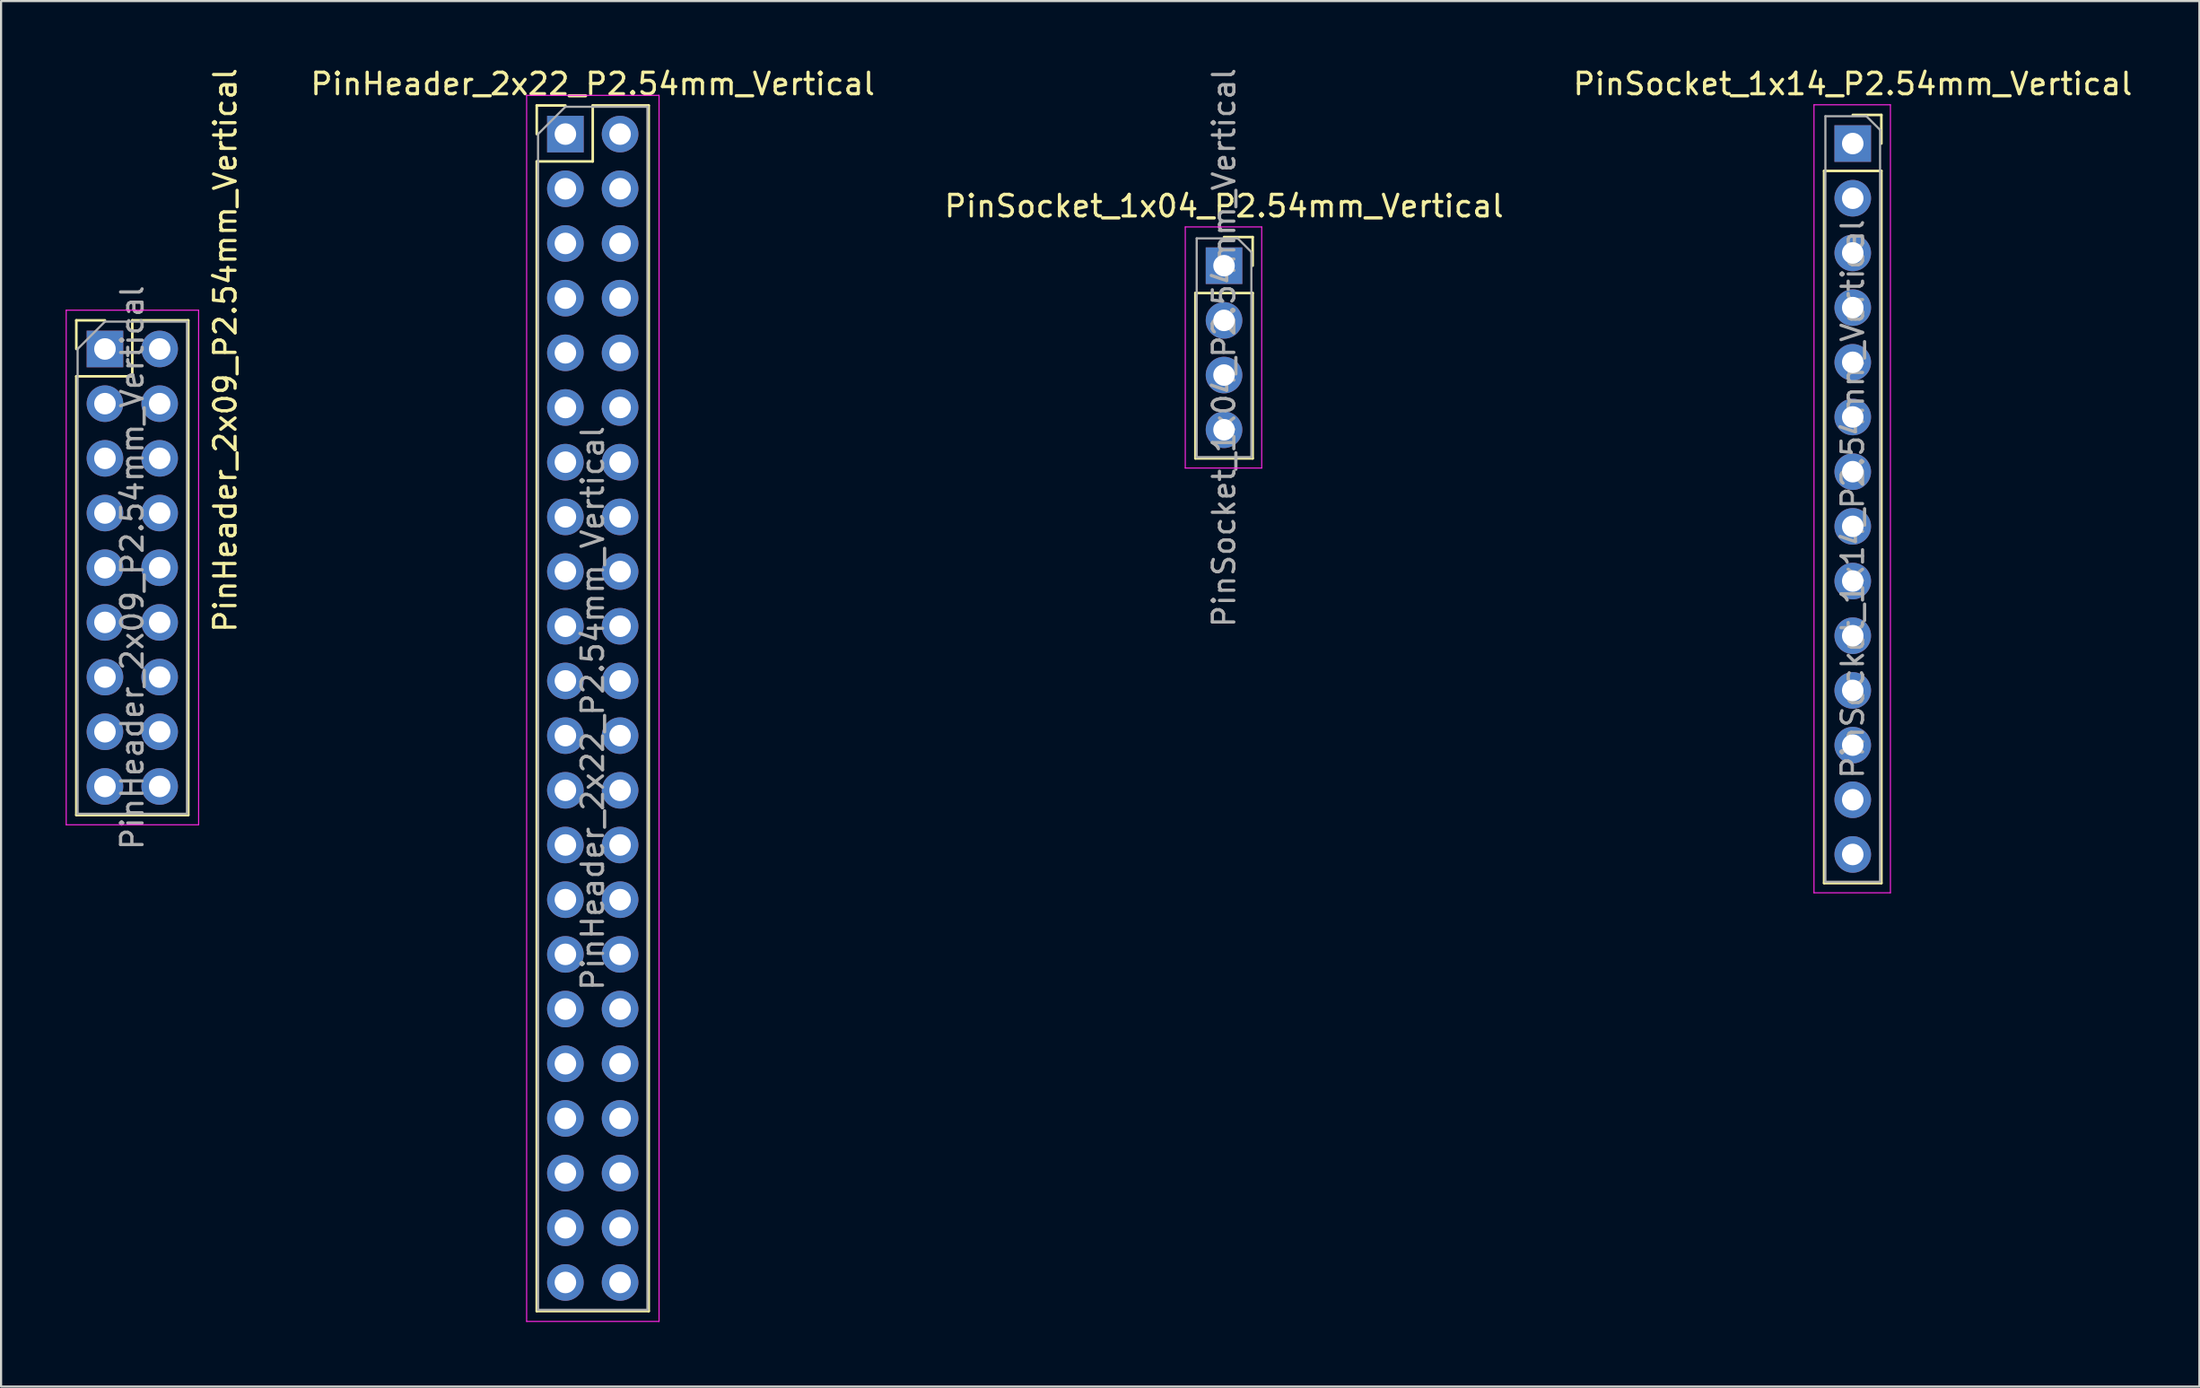
<source format=kicad_pcb>
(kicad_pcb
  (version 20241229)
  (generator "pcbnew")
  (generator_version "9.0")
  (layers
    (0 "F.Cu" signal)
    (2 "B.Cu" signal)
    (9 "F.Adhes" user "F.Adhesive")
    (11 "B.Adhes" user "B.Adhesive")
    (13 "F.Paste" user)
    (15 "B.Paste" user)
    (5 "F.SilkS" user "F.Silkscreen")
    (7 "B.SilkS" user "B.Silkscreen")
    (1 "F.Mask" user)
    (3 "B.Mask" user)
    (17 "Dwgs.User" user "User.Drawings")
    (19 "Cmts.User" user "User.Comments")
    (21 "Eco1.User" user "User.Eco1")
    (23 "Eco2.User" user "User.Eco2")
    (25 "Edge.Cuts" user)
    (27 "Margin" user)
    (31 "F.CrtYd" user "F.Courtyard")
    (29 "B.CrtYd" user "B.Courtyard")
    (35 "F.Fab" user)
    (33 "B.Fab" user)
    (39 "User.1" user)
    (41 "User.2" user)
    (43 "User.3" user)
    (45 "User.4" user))
  (footprint "PinHeader_2x22_P2.54mm_Vertical"
    (layer "F.Cu")
    (at 23.211 3.178)
    (property "Reference" "PinHeader_2x22_P2.54mm_Vertical" (at 1.27 -2.33 180) (layer "F.SilkS") (effects (font (size 1 1) (thickness 0.15))))
    (attr through_hole)
    (fp_line (start -1.33 -1.33) (end 0 -1.33) (stroke (width 0.12) (type solid)) (layer "F.SilkS"))
    (fp_line (start -1.33 0) (end -1.33 -1.33) (stroke (width 0.12) (type solid)) (layer "F.SilkS"))
    (fp_line (start -1.33 1.27) (end -1.33 54.67) (stroke (width 0.12) (type solid)) (layer "F.SilkS"))
    (fp_line (start -1.33 1.27) (end 1.27 1.27) (stroke (width 0.12) (type solid)) (layer "F.SilkS"))
    (fp_line (start -1.33 54.67) (end 3.87 54.67) (stroke (width 0.12) (type solid)) (layer "F.SilkS"))
    (fp_line (start 1.27 -1.33) (end 3.87 -1.33) (stroke (width 0.12) (type solid)) (layer "F.SilkS"))
    (fp_line (start 1.27 1.27) (end 1.27 -1.33) (stroke (width 0.12) (type solid)) (layer "F.SilkS"))
    (fp_line (start 3.87 -1.33) (end 3.87 54.67) (stroke (width 0.12) (type solid)) (layer "F.SilkS"))
    (fp_line (start -1.8 -1.8) (end -1.8 55.15) (stroke (width 0.05) (type solid)) (layer "F.CrtYd"))
    (fp_line (start -1.8 55.15) (end 4.35 55.15) (stroke (width 0.05) (type solid)) (layer "F.CrtYd"))
    (fp_line (start 4.35 -1.8) (end -1.8 -1.8) (stroke (width 0.05) (type solid)) (layer "F.CrtYd"))
    (fp_line (start 4.35 55.15) (end 4.35 -1.8) (stroke (width 0.05) (type solid)) (layer "F.CrtYd"))
    (fp_line (start -1.27 0) (end 0 -1.27) (stroke (width 0.1) (type solid)) (layer "F.Fab"))
    (fp_line (start -1.27 54.61) (end -1.27 0) (stroke (width 0.1) (type solid)) (layer "F.Fab"))
    (fp_line (start 0 -1.27) (end 3.81 -1.27) (stroke (width 0.1) (type solid)) (layer "F.Fab"))
    (fp_line (start 3.81 -1.27) (end 3.81 54.61) (stroke (width 0.1) (type solid)) (layer "F.Fab"))
    (fp_line (start 3.81 54.61) (end -1.27 54.61) (stroke (width 0.1) (type solid)) (layer "F.Fab"))
    (fp_text user "${REFERENCE}" (at 1.27 26.67 90) (layer "F.Fab") (effects (font (size 1 1) (thickness 0.15))))
    (pad "1" thru_hole rect (at 0 0) (size 1.7 1.7) (drill 1) (layers "*.Cu" "*.Mask"))
    (pad "2" thru_hole oval (at 2.54 0) (size 1.7 1.7) (drill 1) (layers "*.Cu" "*.Mask"))
    (pad "3" thru_hole oval (at 0 2.54) (size 1.7 1.7) (drill 1) (layers "*.Cu" "*.Mask"))
    (pad "4" thru_hole oval (at 2.54 2.54) (size 1.7 1.7) (drill 1) (layers "*.Cu" "*.Mask"))
    (pad "5" thru_hole oval (at 0 5.08) (size 1.7 1.7) (drill 1) (layers "*.Cu" "*.Mask"))
    (pad "6" thru_hole oval (at 2.54 5.08) (size 1.7 1.7) (drill 1) (layers "*.Cu" "*.Mask"))
    (pad "7" thru_hole oval (at 0 7.62) (size 1.7 1.7) (drill 1) (layers "*.Cu" "*.Mask"))
    (pad "8" thru_hole oval (at 2.54 7.62) (size 1.7 1.7) (drill 1) (layers "*.Cu" "*.Mask"))
    (pad "9" thru_hole oval (at 0 10.16) (size 1.7 1.7) (drill 1) (layers "*.Cu" "*.Mask"))
    (pad "10" thru_hole oval (at 2.54 10.16) (size 1.7 1.7) (drill 1) (layers "*.Cu" "*.Mask"))
    (pad "11" thru_hole oval (at 0 12.7) (size 1.7 1.7) (drill 1) (layers "*.Cu" "*.Mask"))
    (pad "12" thru_hole oval (at 2.54 12.7) (size 1.7 1.7) (drill 1) (layers "*.Cu" "*.Mask"))
    (pad "13" thru_hole oval (at 0 15.24) (size 1.7 1.7) (drill 1) (layers "*.Cu" "*.Mask"))
    (pad "14" thru_hole oval (at 2.54 15.24) (size 1.7 1.7) (drill 1) (layers "*.Cu" "*.Mask"))
    (pad "15" thru_hole oval (at 0 17.78) (size 1.7 1.7) (drill 1) (layers "*.Cu" "*.Mask"))
    (pad "16" thru_hole oval (at 2.54 17.78) (size 1.7 1.7) (drill 1) (layers "*.Cu" "*.Mask"))
    (pad "17" thru_hole oval (at 0 20.32) (size 1.7 1.7) (drill 1) (layers "*.Cu" "*.Mask"))
    (pad "18" thru_hole oval (at 2.54 20.32) (size 1.7 1.7) (drill 1) (layers "*.Cu" "*.Mask"))
    (pad "19" thru_hole oval (at 0 22.86) (size 1.7 1.7) (drill 1) (layers "*.Cu" "*.Mask"))
    (pad "20" thru_hole oval (at 2.54 22.86) (size 1.7 1.7) (drill 1) (layers "*.Cu" "*.Mask"))
    (pad "21" thru_hole oval (at 0 25.4) (size 1.7 1.7) (drill 1) (layers "*.Cu" "*.Mask"))
    (pad "22" thru_hole oval (at 2.54 25.4) (size 1.7 1.7) (drill 1) (layers "*.Cu" "*.Mask"))
    (pad "23" thru_hole oval (at 0 27.94) (size 1.7 1.7) (drill 1) (layers "*.Cu" "*.Mask"))
    (pad "24" thru_hole oval (at 2.54 27.94) (size 1.7 1.7) (drill 1) (layers "*.Cu" "*.Mask"))
    (pad "25" thru_hole oval (at 0 30.48) (size 1.7 1.7) (drill 1) (layers "*.Cu" "*.Mask"))
    (pad "26" thru_hole oval (at 2.54 30.48) (size 1.7 1.7) (drill 1) (layers "*.Cu" "*.Mask"))
    (pad "27" thru_hole oval (at 0 33.02) (size 1.7 1.7) (drill 1) (layers "*.Cu" "*.Mask"))
    (pad "28" thru_hole oval (at 2.54 33.02) (size 1.7 1.7) (drill 1) (layers "*.Cu" "*.Mask"))
    (pad "29" thru_hole oval (at 0 35.56) (size 1.7 1.7) (drill 1) (layers "*.Cu" "*.Mask"))
    (pad "30" thru_hole oval (at 2.54 35.56) (size 1.7 1.7) (drill 1) (layers "*.Cu" "*.Mask"))
    (pad "31" thru_hole oval (at 0 38.1) (size 1.7 1.7) (drill 1) (layers "*.Cu" "*.Mask"))
    (pad "32" thru_hole oval (at 2.54 38.1) (size 1.7 1.7) (drill 1) (layers "*.Cu" "*.Mask"))
    (pad "33" thru_hole oval (at 0 40.64) (size 1.7 1.7) (drill 1) (layers "*.Cu" "*.Mask"))
    (pad "34" thru_hole oval (at 2.54 40.64) (size 1.7 1.7) (drill 1) (layers "*.Cu" "*.Mask"))
    (pad "35" thru_hole oval (at 0 43.18) (size 1.7 1.7) (drill 1) (layers "*.Cu" "*.Mask"))
    (pad "36" thru_hole oval (at 2.54 43.18) (size 1.7 1.7) (drill 1) (layers "*.Cu" "*.Mask"))
    (pad "37" thru_hole oval (at 0 45.72) (size 1.7 1.7) (drill 1) (layers "*.Cu" "*.Mask"))
    (pad "38" thru_hole oval (at 2.54 45.72) (size 1.7 1.7) (drill 1) (layers "*.Cu" "*.Mask"))
    (pad "39" thru_hole oval (at 0 48.26) (size 1.7 1.7) (drill 1) (layers "*.Cu" "*.Mask"))
    (pad "40" thru_hole oval (at 2.54 48.26) (size 1.7 1.7) (drill 1) (layers "*.Cu" "*.Mask"))
    (pad "41" thru_hole oval (at 0 50.8) (size 1.7 1.7) (drill 1) (layers "*.Cu" "*.Mask"))
    (pad "42" thru_hole oval (at 2.54 50.8) (size 1.7 1.7) (drill 1) (layers "*.Cu" "*.Mask"))
    (pad "43" thru_hole oval (at 0 53.34) (size 1.7 1.7) (drill 1) (layers "*.Cu" "*.Mask"))
    (pad "44" thru_hole oval (at 2.54 53.34) (size 1.7 1.7) (drill 1) (layers "*.Cu" "*.Mask")))
  (footprint "PinSocket_1x14_P2.54mm_Vertical"
    (layer "F.Cu")
    (at 83.005 3.618)
    (property "Reference" "PinSocket_1x14_P2.54mm_Vertical" (at 0 -2.77 0) (layer "F.SilkS") (effects (font (size 1 1) (thickness 0.15))))
    (attr through_hole exclude_from_bom)
    (fp_line (start -1.33 1.27) (end -1.33 34.35) (stroke (width 0.12) (type solid)) (layer "F.SilkS"))
    (fp_line (start -1.33 1.27) (end 1.33 1.27) (stroke (width 0.12) (type solid)) (layer "F.SilkS"))
    (fp_line (start -1.33 34.35) (end 1.33 34.35) (stroke (width 0.12) (type solid)) (layer "F.SilkS"))
    (fp_line (start 0 -1.33) (end 1.33 -1.33) (stroke (width 0.12) (type solid)) (layer "F.SilkS"))
    (fp_line (start 1.33 -1.33) (end 1.33 0) (stroke (width 0.12) (type solid)) (layer "F.SilkS"))
    (fp_line (start 1.33 1.27) (end 1.33 34.35) (stroke (width 0.12) (type solid)) (layer "F.SilkS"))
    (fp_line (start -1.8 -1.8) (end 1.75 -1.8) (stroke (width 0.05) (type solid)) (layer "F.CrtYd"))
    (fp_line (start -1.8 34.8) (end -1.8 -1.8) (stroke (width 0.05) (type solid)) (layer "F.CrtYd"))
    (fp_line (start 1.75 -1.8) (end 1.75 34.8) (stroke (width 0.05) (type solid)) (layer "F.CrtYd"))
    (fp_line (start 1.75 34.8) (end -1.8 34.8) (stroke (width 0.05) (type solid)) (layer "F.CrtYd"))
    (fp_line (start -1.27 -1.27) (end 0.635 -1.27) (stroke (width 0.1) (type solid)) (layer "F.Fab"))
    (fp_line (start -1.27 34.29) (end -1.27 -1.27) (stroke (width 0.1) (type solid)) (layer "F.Fab"))
    (fp_line (start 0.635 -1.27) (end 1.27 -0.635) (stroke (width 0.1) (type solid)) (layer "F.Fab"))
    (fp_line (start 1.27 -0.635) (end 1.27 34.29) (stroke (width 0.1) (type solid)) (layer "F.Fab"))
    (fp_line (start 1.27 34.29) (end -1.27 34.29) (stroke (width 0.1) (type solid)) (layer "F.Fab"))
    (fp_text user "${REFERENCE}" (at 0 16.51 90) (layer "F.Fab") (effects (font (size 1 1) (thickness 0.15))))
    (pad "1" thru_hole rect (at 0 0) (size 1.7 1.7) (drill 1) (layers "*.Cu" "*.Mask"))
    (pad "2" thru_hole oval (at 0 2.54) (size 1.7 1.7) (drill 1) (layers "*.Cu" "*.Mask"))
    (pad "3" thru_hole oval (at 0 5.08) (size 1.7 1.7) (drill 1) (layers "*.Cu" "*.Mask"))
    (pad "4" thru_hole oval (at 0 7.62) (size 1.7 1.7) (drill 1) (layers "*.Cu" "*.Mask"))
    (pad "5" thru_hole oval (at 0 10.16) (size 1.7 1.7) (drill 1) (layers "*.Cu" "*.Mask"))
    (pad "6" thru_hole oval (at 0 12.7) (size 1.7 1.7) (drill 1) (layers "*.Cu" "*.Mask"))
    (pad "7" thru_hole oval (at 0 15.24) (size 1.7 1.7) (drill 1) (layers "*.Cu" "*.Mask"))
    (pad "8" thru_hole oval (at 0 17.78) (size 1.7 1.7) (drill 1) (layers "*.Cu" "*.Mask"))
    (pad "9" thru_hole oval (at 0 20.32) (size 1.7 1.7) (drill 1) (layers "*.Cu" "*.Mask"))
    (pad "10" thru_hole oval (at 0 22.86) (size 1.7 1.7) (drill 1) (layers "*.Cu" "*.Mask"))
    (pad "11" thru_hole oval (at 0 25.4) (size 1.7 1.7) (drill 1) (layers "*.Cu" "*.Mask"))
    (pad "12" thru_hole oval (at 0 27.94) (size 1.7 1.7) (drill 1) (layers "*.Cu" "*.Mask"))
    (pad "13" thru_hole oval (at 0 30.48) (size 1.7 1.7) (drill 1) (layers "*.Cu" "*.Mask"))
    (pad "14" thru_hole oval (at 0 33.02) (size 1.7 1.7) (drill 1) (layers "*.Cu" "*.Mask")))
  (footprint "PinHeader_2x09_P2.54mm_Vertical"
    (layer "F.Cu")
    (at 1.825 13.159)
    (property "Reference" "PinHeader_2x09_P2.54mm_Vertical" (at 5.588 0.061 90) (layer "F.SilkS") (effects (font (size 1 1) (thickness 0.15))))
    (attr through_hole)
    (fp_line (start -1.33 -1.33) (end 0 -1.33) (stroke (width 0.12) (type solid)) (layer "F.SilkS"))
    (fp_line (start -1.33 0) (end -1.33 -1.33) (stroke (width 0.12) (type solid)) (layer "F.SilkS"))
    (fp_line (start -1.33 1.27) (end -1.33 21.65) (stroke (width 0.12) (type solid)) (layer "F.SilkS"))
    (fp_line (start -1.33 1.27) (end 1.27 1.27) (stroke (width 0.12) (type solid)) (layer "F.SilkS"))
    (fp_line (start -1.33 21.65) (end 3.87 21.65) (stroke (width 0.12) (type solid)) (layer "F.SilkS"))
    (fp_line (start 1.27 -1.33) (end 3.87 -1.33) (stroke (width 0.12) (type solid)) (layer "F.SilkS"))
    (fp_line (start 1.27 1.27) (end 1.27 -1.33) (stroke (width 0.12) (type solid)) (layer "F.SilkS"))
    (fp_line (start 3.87 -1.33) (end 3.87 21.65) (stroke (width 0.12) (type solid)) (layer "F.SilkS"))
    (fp_line (start -1.8 -1.8) (end -1.8 22.1) (stroke (width 0.05) (type solid)) (layer "F.CrtYd"))
    (fp_line (start -1.8 22.1) (end 4.35 22.1) (stroke (width 0.05) (type solid)) (layer "F.CrtYd"))
    (fp_line (start 4.35 -1.8) (end -1.8 -1.8) (stroke (width 0.05) (type solid)) (layer "F.CrtYd"))
    (fp_line (start 4.35 22.1) (end 4.35 -1.8) (stroke (width 0.05) (type solid)) (layer "F.CrtYd"))
    (fp_line (start -1.27 0) (end 0 -1.27) (stroke (width 0.1) (type solid)) (layer "F.Fab"))
    (fp_line (start -1.27 21.59) (end -1.27 0) (stroke (width 0.1) (type solid)) (layer "F.Fab"))
    (fp_line (start 0 -1.27) (end 3.81 -1.27) (stroke (width 0.1) (type solid)) (layer "F.Fab"))
    (fp_line (start 3.81 -1.27) (end 3.81 21.59) (stroke (width 0.1) (type solid)) (layer "F.Fab"))
    (fp_line (start 3.81 21.59) (end -1.27 21.59) (stroke (width 0.1) (type solid)) (layer "F.Fab"))
    (fp_text user "${REFERENCE}" (at 1.27 10.16 90) (layer "F.Fab") (effects (font (size 1 1) (thickness 0.15))))
    (pad "1" thru_hole rect (at 0 0) (size 1.7 1.7) (drill 1) (layers "*.Cu" "*.Mask"))
    (pad "2" thru_hole oval (at 2.54 0) (size 1.7 1.7) (drill 1) (layers "*.Cu" "*.Mask"))
    (pad "3" thru_hole oval (at 0 2.54) (size 1.7 1.7) (drill 1) (layers "*.Cu" "*.Mask"))
    (pad "4" thru_hole oval (at 2.54 2.54) (size 1.7 1.7) (drill 1) (layers "*.Cu" "*.Mask"))
    (pad "5" thru_hole oval (at 0 5.08) (size 1.7 1.7) (drill 1) (layers "*.Cu" "*.Mask"))
    (pad "6" thru_hole oval (at 2.54 5.08) (size 1.7 1.7) (drill 1) (layers "*.Cu" "*.Mask"))
    (pad "7" thru_hole oval (at 0 7.62) (size 1.7 1.7) (drill 1) (layers "*.Cu" "*.Mask"))
    (pad "8" thru_hole oval (at 2.54 7.62) (size 1.7 1.7) (drill 1) (layers "*.Cu" "*.Mask"))
    (pad "9" thru_hole oval (at 0 10.16) (size 1.7 1.7) (drill 1) (layers "*.Cu" "*.Mask"))
    (pad "10" thru_hole oval (at 2.54 10.16) (size 1.7 1.7) (drill 1) (layers "*.Cu" "*.Mask"))
    (pad "11" thru_hole oval (at 0 12.7) (size 1.7 1.7) (drill 1) (layers "*.Cu" "*.Mask"))
    (pad "12" thru_hole oval (at 2.54 12.7) (size 1.7 1.7) (drill 1) (layers "*.Cu" "*.Mask"))
    (pad "13" thru_hole oval (at 0 15.24) (size 1.7 1.7) (drill 1) (layers "*.Cu" "*.Mask"))
    (pad "14" thru_hole oval (at 2.54 15.24) (size 1.7 1.7) (drill 1) (layers "*.Cu" "*.Mask"))
    (pad "15" thru_hole oval (at 0 17.78) (size 1.7 1.7) (drill 1) (layers "*.Cu" "*.Mask"))
    (pad "16" thru_hole oval (at 2.54 17.78) (size 1.7 1.7) (drill 1) (layers "*.Cu" "*.Mask"))
    (pad "17" thru_hole oval (at 0 20.32) (size 1.7 1.7) (drill 1) (layers "*.Cu" "*.Mask"))
    (pad "18" thru_hole oval (at 2.54 20.32) (size 1.7 1.7) (drill 1) (layers "*.Cu" "*.Mask")))
  (footprint "PinSocket_1x04_P2.54mm_Vertical"
    (layer "F.Cu")
    (at 53.803 9.291)
    (property "Reference" "PinSocket_1x04_P2.54mm_Vertical" (at 0 -2.77 0) (layer "F.SilkS") (effects (font (size 1 1) (thickness 0.15))))
    (attr through_hole exclude_from_bom)
    (fp_line (start -1.33 1.27) (end -1.33 8.95) (stroke (width 0.12) (type solid)) (layer "F.SilkS"))
    (fp_line (start -1.33 1.27) (end 1.33 1.27) (stroke (width 0.12) (type solid)) (layer "F.SilkS"))
    (fp_line (start -1.33 8.95) (end 1.33 8.95) (stroke (width 0.12) (type solid)) (layer "F.SilkS"))
    (fp_line (start 0 -1.33) (end 1.33 -1.33) (stroke (width 0.12) (type solid)) (layer "F.SilkS"))
    (fp_line (start 1.33 -1.33) (end 1.33 0) (stroke (width 0.12) (type solid)) (layer "F.SilkS"))
    (fp_line (start 1.33 1.27) (end 1.33 8.95) (stroke (width 0.12) (type solid)) (layer "F.SilkS"))
    (fp_line (start -1.8 -1.8) (end 1.75 -1.8) (stroke (width 0.05) (type solid)) (layer "F.CrtYd"))
    (fp_line (start -1.8 9.4) (end -1.8 -1.8) (stroke (width 0.05) (type solid)) (layer "F.CrtYd"))
    (fp_line (start 1.75 -1.8) (end 1.75 9.4) (stroke (width 0.05) (type solid)) (layer "F.CrtYd"))
    (fp_line (start 1.75 9.4) (end -1.8 9.4) (stroke (width 0.05) (type solid)) (layer "F.CrtYd"))
    (fp_line (start -1.27 -1.27) (end 0.635 -1.27) (stroke (width 0.1) (type solid)) (layer "F.Fab"))
    (fp_line (start -1.27 8.89) (end -1.27 -1.27) (stroke (width 0.1) (type solid)) (layer "F.Fab"))
    (fp_line (start 0.635 -1.27) (end 1.27 -0.635) (stroke (width 0.1) (type solid)) (layer "F.Fab"))
    (fp_line (start 1.27 -0.635) (end 1.27 8.89) (stroke (width 0.1) (type solid)) (layer "F.Fab"))
    (fp_line (start 1.27 8.89) (end -1.27 8.89) (stroke (width 0.1) (type solid)) (layer "F.Fab"))
    (fp_text user "${REFERENCE}" (at 0 3.81 90) (layer "F.Fab") (effects (font (size 1 1) (thickness 0.15))))
    (pad "1" thru_hole rect (at 0 0) (size 1.7 1.7) (drill 1) (layers "*.Cu" "*.Mask"))
    (pad "2" thru_hole oval (at 0 2.54) (size 1.7 1.7) (drill 1) (layers "*.Cu" "*.Mask"))
    (pad "3" thru_hole oval (at 0 5.08) (size 1.7 1.7) (drill 1) (layers "*.Cu" "*.Mask"))
    (pad "4" thru_hole oval (at 0 7.62) (size 1.7 1.7) (drill 1) (layers "*.Cu" "*.Mask")))
  (gr_rect
    (start -3 -3)
    (end 99.106 61.353)
    (stroke (width 0.1) (type default))
    (fill no)
    (layer "Edge.Cuts")))
</source>
